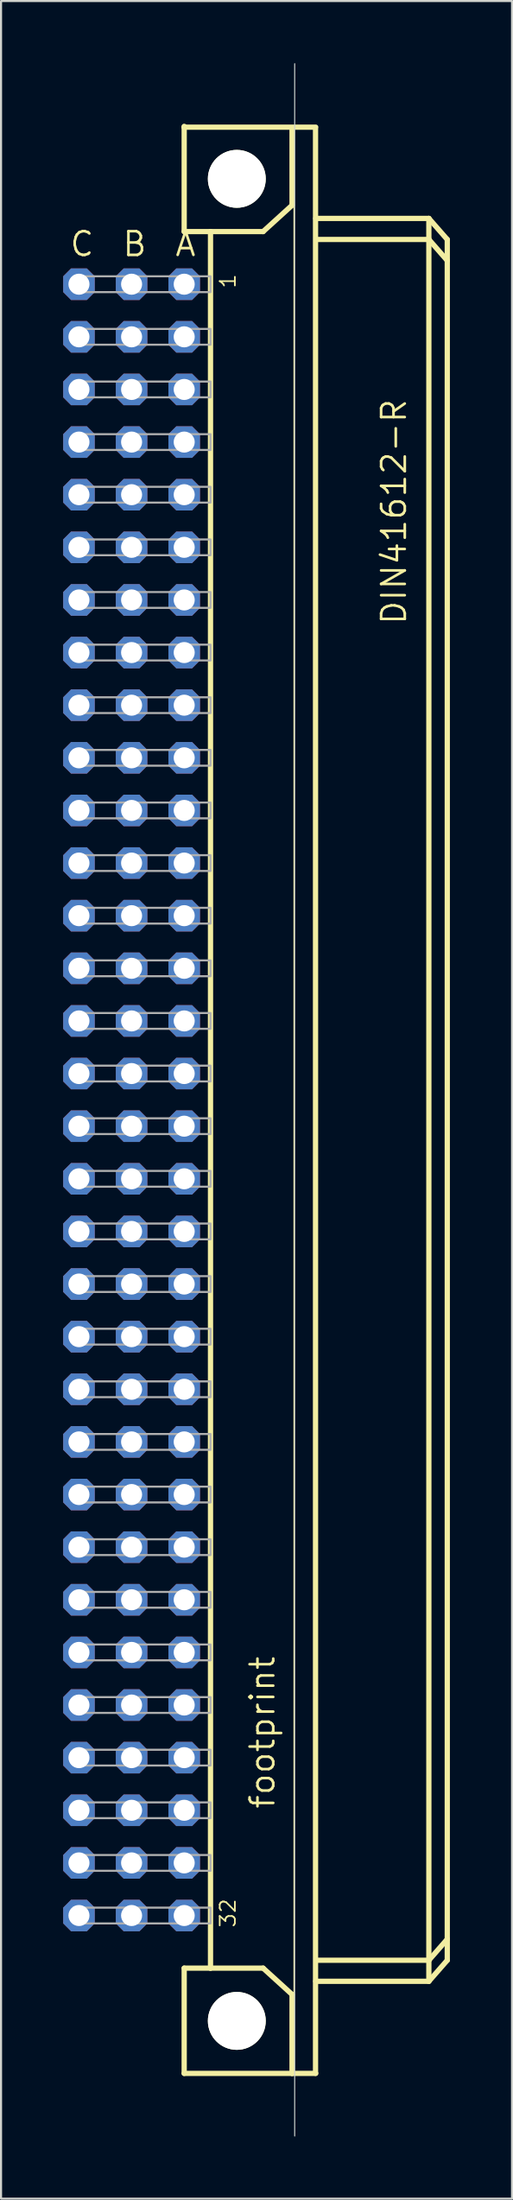
<source format=kicad_pcb>
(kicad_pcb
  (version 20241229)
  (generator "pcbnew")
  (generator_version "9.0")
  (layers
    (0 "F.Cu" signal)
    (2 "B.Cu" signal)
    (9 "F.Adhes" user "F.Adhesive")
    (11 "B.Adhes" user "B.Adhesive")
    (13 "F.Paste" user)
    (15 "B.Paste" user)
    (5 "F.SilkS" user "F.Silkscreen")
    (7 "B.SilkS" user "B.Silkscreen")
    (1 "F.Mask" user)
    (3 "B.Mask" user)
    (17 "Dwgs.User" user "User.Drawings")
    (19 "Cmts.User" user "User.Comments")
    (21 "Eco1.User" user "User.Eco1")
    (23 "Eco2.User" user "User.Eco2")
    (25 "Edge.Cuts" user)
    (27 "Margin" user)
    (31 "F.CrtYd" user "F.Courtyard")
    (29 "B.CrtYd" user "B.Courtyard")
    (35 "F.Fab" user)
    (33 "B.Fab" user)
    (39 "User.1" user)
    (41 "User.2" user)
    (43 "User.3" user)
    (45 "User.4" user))
  (footprint "footprint"
    (layer "F.Cu")
    (at 8.382 50.038)
    (property "Reference" "footprint" (at 1.905 34.29 90) (layer "F.SilkS") (effects (font (size 1.143 1.143) (thickness 0.127)) (justify left bottom)))
    (fp_line (start -2.54 -46.99) (end -2.54 -46.95) (stroke (width 0.254) (type solid)) (layer "F.SilkS"))
    (fp_line (start -2.54 -46.95) (end -2.54 -41.91) (stroke (width 0.254) (type solid)) (layer "F.SilkS"))
    (fp_line (start -2.54 -46.95) (end 3.81 -46.95) (stroke (width 0.254) (type solid)) (layer "F.SilkS"))
    (fp_line (start -2.54 -41.91) (end -1.27 -41.91) (stroke (width 0.254) (type solid)) (layer "F.SilkS"))
    (fp_line (start -2.54 41.91) (end -1.27 41.91) (stroke (width 0.254) (type solid)) (layer "F.SilkS"))
    (fp_line (start -2.54 46.99) (end -2.54 41.91) (stroke (width 0.254) (type solid)) (layer "F.SilkS"))
    (fp_line (start -2.54 46.99) (end 2.667 46.99) (stroke (width 0.254) (type solid)) (layer "F.SilkS"))
    (fp_line (start -1.27 -41.91) (end -1.27 41.91) (stroke (width 0.254) (type solid)) (layer "F.SilkS"))
    (fp_line (start -1.27 -41.91) (end 1.27 -41.91) (stroke (width 0.254) (type solid)) (layer "F.SilkS"))
    (fp_line (start -1.27 41.91) (end 1.27 41.91) (stroke (width 0.254) (type solid)) (layer "F.SilkS"))
    (fp_line (start 1.27 -41.91) (end 2.667 -43.18) (stroke (width 0.254) (type solid)) (layer "F.SilkS"))
    (fp_line (start 1.27 41.91) (end 2.667 43.18) (stroke (width 0.254) (type solid)) (layer "F.SilkS"))
    (fp_line (start 2.667 -43.18) (end 2.667 -46.863) (stroke (width 0.254) (type solid)) (layer "F.SilkS"))
    (fp_line (start 2.667 43.18) (end 2.667 46.99) (stroke (width 0.254) (type solid)) (layer "F.SilkS"))
    (fp_line (start 2.667 46.99) (end 3.81 46.99) (stroke (width 0.254) (type solid)) (layer "F.SilkS"))
    (fp_line (start 2.76 -46.86) (end 2.76 46.987) (stroke (width 0.051) (type solid)) (layer "F.SilkS"))
    (fp_line (start 3.8 46.987) (end 3.8 -46.86) (stroke (width 0.254) (type solid)) (layer "F.SilkS"))
    (fp_line (start 3.81 -42.545) (end 9.271 -42.545) (stroke (width 0.254) (type solid)) (layer "F.SilkS"))
    (fp_line (start 3.937 41.529) (end 9.271 41.529) (stroke (width 0.254) (type solid)) (layer "F.SilkS"))
    (fp_line (start 9.271 -41.529) (end 3.937 -41.529) (stroke (width 0.254) (type solid)) (layer "F.SilkS"))
    (fp_line (start 9.271 -41.529) (end 9.271 -42.545) (stroke (width 0.254) (type solid)) (layer "F.SilkS"))
    (fp_line (start 9.271 41.529) (end 9.271 -41.529) (stroke (width 0.254) (type solid)) (layer "F.SilkS"))
    (fp_line (start 9.271 41.529) (end 10.16 40.513) (stroke (width 0.254) (type solid)) (layer "F.SilkS"))
    (fp_line (start 9.271 42.545) (end 3.81 42.545) (stroke (width 0.254) (type solid)) (layer "F.SilkS"))
    (fp_line (start 9.271 42.545) (end 9.271 41.529) (stroke (width 0.254) (type solid)) (layer "F.SilkS"))
    (fp_line (start 9.271 42.545) (end 10.16 41.529) (stroke (width 0.254) (type solid)) (layer "F.SilkS"))
    (fp_line (start 10.16 -41.529) (end 9.271 -42.545) (stroke (width 0.254) (type solid)) (layer "F.SilkS"))
    (fp_line (start 10.16 -40.513) (end 9.271 -41.529) (stroke (width 0.254) (type solid)) (layer "F.SilkS"))
    (fp_line (start 10.16 -40.513) (end 10.16 -41.529) (stroke (width 0.254) (type solid)) (layer "F.SilkS"))
    (fp_line (start 10.16 40.513) (end 10.16 -40.513) (stroke (width 0.254) (type solid)) (layer "F.SilkS"))
    (fp_line (start 10.16 41.529) (end 10.16 40.513) (stroke (width 0.254) (type solid)) (layer "F.SilkS"))
    (fp_circle (center 0 -44.456) (end 1.27 -44.456) (stroke (width 0.254) (type solid)) (fill no) (layer "F.SilkS"))
    (fp_circle (center 0 44.456) (end 1.27 44.456) (stroke (width 0.254) (type solid)) (fill no) (layer "F.SilkS"))
    (fp_line (start 2.794 50.013) (end 2.794 -50.013) (stroke (width 0.05) (type solid)) (layer "Edge.Cuts"))
    (fp_poly (pts (xy -7.874 -38.989) (xy -1.27 -38.989) (xy -1.27 -39.751) (xy -7.874 -39.751)) (stroke (width 0.1) (type solid)) (fill no) (layer "F.Fab"))
    (fp_poly (pts (xy -7.874 -36.449) (xy -1.27 -36.449) (xy -1.27 -37.211) (xy -7.874 -37.211)) (stroke (width 0.1) (type solid)) (fill no) (layer "F.Fab"))
    (fp_poly (pts (xy -7.874 -33.909) (xy -1.27 -33.909) (xy -1.27 -34.671) (xy -7.874 -34.671)) (stroke (width 0.1) (type solid)) (fill no) (layer "F.Fab"))
    (fp_poly (pts (xy -7.874 -31.369) (xy -1.27 -31.369) (xy -1.27 -32.131) (xy -7.874 -32.131)) (stroke (width 0.1) (type solid)) (fill no) (layer "F.Fab"))
    (fp_poly (pts (xy -7.874 -28.829) (xy -1.27 -28.829) (xy -1.27 -29.591) (xy -7.874 -29.591)) (stroke (width 0.1) (type solid)) (fill no) (layer "F.Fab"))
    (fp_poly (pts (xy -7.874 -26.289) (xy -1.27 -26.289) (xy -1.27 -27.051) (xy -7.874 -27.051)) (stroke (width 0.1) (type solid)) (fill no) (layer "F.Fab"))
    (fp_poly (pts (xy -7.874 -23.749) (xy -1.27 -23.749) (xy -1.27 -24.511) (xy -7.874 -24.511)) (stroke (width 0.1) (type solid)) (fill no) (layer "F.Fab"))
    (fp_poly (pts (xy -7.874 -21.209) (xy -1.27 -21.209) (xy -1.27 -21.971) (xy -7.874 -21.971)) (stroke (width 0.1) (type solid)) (fill no) (layer "F.Fab"))
    (fp_poly (pts (xy -7.874 -18.669) (xy -1.27 -18.669) (xy -1.27 -19.431) (xy -7.874 -19.431)) (stroke (width 0.1) (type solid)) (fill no) (layer "F.Fab"))
    (fp_poly (pts (xy -7.874 -16.129) (xy -1.27 -16.129) (xy -1.27 -16.891) (xy -7.874 -16.891)) (stroke (width 0.1) (type solid)) (fill no) (layer "F.Fab"))
    (fp_poly (pts (xy -7.874 -13.589) (xy -1.27 -13.589) (xy -1.27 -14.351) (xy -7.874 -14.351)) (stroke (width 0.1) (type solid)) (fill no) (layer "F.Fab"))
    (fp_poly (pts (xy -7.874 -11.049) (xy -1.27 -11.049) (xy -1.27 -11.811) (xy -7.874 -11.811)) (stroke (width 0.1) (type solid)) (fill no) (layer "F.Fab"))
    (fp_poly (pts (xy -7.874 -8.509) (xy -1.27 -8.509) (xy -1.27 -9.271) (xy -7.874 -9.271)) (stroke (width 0.1) (type solid)) (fill no) (layer "F.Fab"))
    (fp_poly (pts (xy -7.874 -5.969) (xy -1.27 -5.969) (xy -1.27 -6.731) (xy -7.874 -6.731)) (stroke (width 0.1) (type solid)) (fill no) (layer "F.Fab"))
    (fp_poly (pts (xy -7.874 -3.429) (xy -1.27 -3.429) (xy -1.27 -4.191) (xy -7.874 -4.191)) (stroke (width 0.1) (type solid)) (fill no) (layer "F.Fab"))
    (fp_poly (pts (xy -7.874 -0.889) (xy -1.27 -0.889) (xy -1.27 -1.651) (xy -7.874 -1.651)) (stroke (width 0.1) (type solid)) (fill no) (layer "F.Fab"))
    (fp_poly (pts (xy -7.874 1.651) (xy -1.27 1.651) (xy -1.27 0.889) (xy -7.874 0.889)) (stroke (width 0.1) (type solid)) (fill no) (layer "F.Fab"))
    (fp_poly (pts (xy -7.874 4.191) (xy -1.27 4.191) (xy -1.27 3.429) (xy -7.874 3.429)) (stroke (width 0.1) (type solid)) (fill no) (layer "F.Fab"))
    (fp_poly (pts (xy -7.874 6.731) (xy -1.27 6.731) (xy -1.27 5.969) (xy -7.874 5.969)) (stroke (width 0.1) (type solid)) (fill no) (layer "F.Fab"))
    (fp_poly (pts (xy -7.874 9.271) (xy -1.27 9.271) (xy -1.27 8.509) (xy -7.874 8.509)) (stroke (width 0.1) (type solid)) (fill no) (layer "F.Fab"))
    (fp_poly (pts (xy -7.874 11.811) (xy -1.27 11.811) (xy -1.27 11.049) (xy -7.874 11.049)) (stroke (width 0.1) (type solid)) (fill no) (layer "F.Fab"))
    (fp_poly (pts (xy -7.874 14.351) (xy -1.27 14.351) (xy -1.27 13.589) (xy -7.874 13.589)) (stroke (width 0.1) (type solid)) (fill no) (layer "F.Fab"))
    (fp_poly (pts (xy -7.874 16.891) (xy -1.27 16.891) (xy -1.27 16.129) (xy -7.874 16.129)) (stroke (width 0.1) (type solid)) (fill no) (layer "F.Fab"))
    (fp_poly (pts (xy -7.874 19.431) (xy -1.27 19.431) (xy -1.27 18.669) (xy -7.874 18.669)) (stroke (width 0.1) (type solid)) (fill no) (layer "F.Fab"))
    (fp_poly (pts (xy -7.874 21.971) (xy -1.27 21.971) (xy -1.27 21.209) (xy -7.874 21.209)) (stroke (width 0.1) (type solid)) (fill no) (layer "F.Fab"))
    (fp_poly (pts (xy -7.874 24.511) (xy -1.27 24.511) (xy -1.27 23.749) (xy -7.874 23.749)) (stroke (width 0.1) (type solid)) (fill no) (layer "F.Fab"))
    (fp_poly (pts (xy -7.874 27.051) (xy -1.27 27.051) (xy -1.27 26.289) (xy -7.874 26.289)) (stroke (width 0.1) (type solid)) (fill no) (layer "F.Fab"))
    (fp_poly (pts (xy -7.874 29.591) (xy -1.27 29.591) (xy -1.27 28.829) (xy -7.874 28.829)) (stroke (width 0.1) (type solid)) (fill no) (layer "F.Fab"))
    (fp_poly (pts (xy -7.874 32.131) (xy -1.27 32.131) (xy -1.27 31.369) (xy -7.874 31.369)) (stroke (width 0.1) (type solid)) (fill no) (layer "F.Fab"))
    (fp_poly (pts (xy -7.874 34.671) (xy -1.27 34.671) (xy -1.27 33.909) (xy -7.874 33.909)) (stroke (width 0.1) (type solid)) (fill no) (layer "F.Fab"))
    (fp_poly (pts (xy -7.874 37.211) (xy -1.27 37.211) (xy -1.27 36.449) (xy -7.874 36.449)) (stroke (width 0.1) (type solid)) (fill no) (layer "F.Fab"))
    (fp_poly (pts (xy -7.874 39.751) (xy -1.27 39.751) (xy -1.27 38.989) (xy -7.874 38.989)) (stroke (width 0.1) (type solid)) (fill no) (layer "F.Fab"))
    (fp_text user "B" (at -5.588 -40.64 0) (layer "F.SilkS") (effects (font (size 1.143 1.143) (thickness 0.127)) (justify left bottom)))
    (fp_text user "1" (at 0 -39.116 90) (layer "F.SilkS") (effects (font (size 0.732 0.732) (thickness 0.081)) (justify left bottom)))
    (fp_text user "A" (at -3.048 -40.64 0) (layer "F.SilkS") (effects (font (size 1.143 1.143) (thickness 0.127)) (justify left bottom)))
    (fp_text user "C" (at -8.128 -40.64 0) (layer "F.SilkS") (effects (font (size 1.143 1.143) (thickness 0.127)) (justify left bottom)))
    (fp_text user "32" (at 0 40.005 90) (layer "F.SilkS") (effects (font (size 0.732 0.732) (thickness 0.081)) (justify left bottom)))
    (fp_text user "DIN41612-R" (at 8.255 -22.86 90) (layer "F.SilkS") (effects (font (size 1.143 1.143) (thickness 0.127)) (justify left bottom)))
    (pad "" np_thru_hole circle (at 0 -44.456) (size 2.794 2.794) (drill 2.794) (layers "*.Cu" "*.Mask"))
    (pad "" np_thru_hole circle (at 0 44.456) (size 2.794 2.794) (drill 2.794) (layers "*.Cu" "*.Mask"))
    (pad "A1" thru_hole roundrect (at -2.54 -39.37) (size 1.524 1.524) (drill 1.016) (layers "*.Cu" "*.Mask") (roundrect_rratio 0.25) (chamfer_ratio 0.25) (chamfer top_left top_right bottom_left bottom_right))
    (pad "A2" thru_hole roundrect (at -2.54 -36.83) (size 1.524 1.524) (drill 1.016) (layers "*.Cu" "*.Mask") (roundrect_rratio 0.25) (chamfer_ratio 0.25) (chamfer top_left top_right bottom_left bottom_right))
    (pad "A3" thru_hole roundrect (at -2.54 -34.29) (size 1.524 1.524) (drill 1.016) (layers "*.Cu" "*.Mask") (roundrect_rratio 0.25) (chamfer_ratio 0.25) (chamfer top_left top_right bottom_left bottom_right))
    (pad "A4" thru_hole roundrect (at -2.54 -31.75) (size 1.524 1.524) (drill 1.016) (layers "*.Cu" "*.Mask") (roundrect_rratio 0.25) (chamfer_ratio 0.25) (chamfer top_left top_right bottom_left bottom_right))
    (pad "A5" thru_hole roundrect (at -2.54 -29.21) (size 1.524 1.524) (drill 1.016) (layers "*.Cu" "*.Mask") (roundrect_rratio 0.25) (chamfer_ratio 0.25) (chamfer top_left top_right bottom_left bottom_right))
    (pad "A6" thru_hole roundrect (at -2.54 -26.67) (size 1.524 1.524) (drill 1.016) (layers "*.Cu" "*.Mask") (roundrect_rratio 0.25) (chamfer_ratio 0.25) (chamfer top_left top_right bottom_left bottom_right))
    (pad "A7" thru_hole roundrect (at -2.54 -24.13) (size 1.524 1.524) (drill 1.016) (layers "*.Cu" "*.Mask") (roundrect_rratio 0.25) (chamfer_ratio 0.25) (chamfer top_left top_right bottom_left bottom_right))
    (pad "A8" thru_hole roundrect (at -2.54 -21.59) (size 1.524 1.524) (drill 1.016) (layers "*.Cu" "*.Mask") (roundrect_rratio 0.25) (chamfer_ratio 0.25) (chamfer top_left top_right bottom_left bottom_right))
    (pad "A9" thru_hole roundrect (at -2.54 -19.05) (size 1.524 1.524) (drill 1.016) (layers "*.Cu" "*.Mask") (roundrect_rratio 0.25) (chamfer_ratio 0.25) (chamfer top_left top_right bottom_left bottom_right))
    (pad "A10" thru_hole roundrect (at -2.54 -16.51) (size 1.524 1.524) (drill 1.016) (layers "*.Cu" "*.Mask") (roundrect_rratio 0.25) (chamfer_ratio 0.25) (chamfer top_left top_right bottom_left bottom_right))
    (pad "A11" thru_hole roundrect (at -2.54 -13.97) (size 1.524 1.524) (drill 1.016) (layers "*.Cu" "*.Mask") (roundrect_rratio 0.25) (chamfer_ratio 0.25) (chamfer top_left top_right bottom_left bottom_right))
    (pad "A12" thru_hole roundrect (at -2.54 -11.43) (size 1.524 1.524) (drill 1.016) (layers "*.Cu" "*.Mask") (roundrect_rratio 0.25) (chamfer_ratio 0.25) (chamfer top_left top_right bottom_left bottom_right))
    (pad "A13" thru_hole roundrect (at -2.54 -8.89) (size 1.524 1.524) (drill 1.016) (layers "*.Cu" "*.Mask") (roundrect_rratio 0.25) (chamfer_ratio 0.25) (chamfer top_left top_right bottom_left bottom_right))
    (pad "A14" thru_hole roundrect (at -2.54 -6.35) (size 1.524 1.524) (drill 1.016) (layers "*.Cu" "*.Mask") (roundrect_rratio 0.25) (chamfer_ratio 0.25) (chamfer top_left top_right bottom_left bottom_right))
    (pad "A15" thru_hole roundrect (at -2.54 -3.81) (size 1.524 1.524) (drill 1.016) (layers "*.Cu" "*.Mask") (roundrect_rratio 0.25) (chamfer_ratio 0.25) (chamfer top_left top_right bottom_left bottom_right))
    (pad "A16" thru_hole roundrect (at -2.54 -1.27) (size 1.524 1.524) (drill 1.016) (layers "*.Cu" "*.Mask") (roundrect_rratio 0.25) (chamfer_ratio 0.25) (chamfer top_left top_right bottom_left bottom_right))
    (pad "A17" thru_hole roundrect (at -2.54 1.27) (size 1.524 1.524) (drill 1.016) (layers "*.Cu" "*.Mask") (roundrect_rratio 0.25) (chamfer_ratio 0.25) (chamfer top_left top_right bottom_left bottom_right))
    (pad "A18" thru_hole roundrect (at -2.54 3.81) (size 1.524 1.524) (drill 1.016) (layers "*.Cu" "*.Mask") (roundrect_rratio 0.25) (chamfer_ratio 0.25) (chamfer top_left top_right bottom_left bottom_right))
    (pad "A19" thru_hole roundrect (at -2.54 6.35) (size 1.524 1.524) (drill 1.016) (layers "*.Cu" "*.Mask") (roundrect_rratio 0.25) (chamfer_ratio 0.25) (chamfer top_left top_right bottom_left bottom_right))
    (pad "A20" thru_hole roundrect (at -2.54 8.89) (size 1.524 1.524) (drill 1.016) (layers "*.Cu" "*.Mask") (roundrect_rratio 0.25) (chamfer_ratio 0.25) (chamfer top_left top_right bottom_left bottom_right))
    (pad "A21" thru_hole roundrect (at -2.54 11.43) (size 1.524 1.524) (drill 1.016) (layers "*.Cu" "*.Mask") (roundrect_rratio 0.25) (chamfer_ratio 0.25) (chamfer top_left top_right bottom_left bottom_right))
    (pad "A22" thru_hole roundrect (at -2.54 13.97) (size 1.524 1.524) (drill 1.016) (layers "*.Cu" "*.Mask") (roundrect_rratio 0.25) (chamfer_ratio 0.25) (chamfer top_left top_right bottom_left bottom_right))
    (pad "A23" thru_hole roundrect (at -2.54 16.51) (size 1.524 1.524) (drill 1.016) (layers "*.Cu" "*.Mask") (roundrect_rratio 0.25) (chamfer_ratio 0.25) (chamfer top_left top_right bottom_left bottom_right))
    (pad "A24" thru_hole roundrect (at -2.54 19.05) (size 1.524 1.524) (drill 1.016) (layers "*.Cu" "*.Mask") (roundrect_rratio 0.25) (chamfer_ratio 0.25) (chamfer top_left top_right bottom_left bottom_right))
    (pad "A25" thru_hole roundrect (at -2.54 21.59) (size 1.524 1.524) (drill 1.016) (layers "*.Cu" "*.Mask") (roundrect_rratio 0.25) (chamfer_ratio 0.25) (chamfer top_left top_right bottom_left bottom_right))
    (pad "A26" thru_hole roundrect (at -2.54 24.13) (size 1.524 1.524) (drill 1.016) (layers "*.Cu" "*.Mask") (roundrect_rratio 0.25) (chamfer_ratio 0.25) (chamfer top_left top_right bottom_left bottom_right))
    (pad "A27" thru_hole roundrect (at -2.54 26.67) (size 1.524 1.524) (drill 1.016) (layers "*.Cu" "*.Mask") (roundrect_rratio 0.25) (chamfer_ratio 0.25) (chamfer top_left top_right bottom_left bottom_right))
    (pad "A28" thru_hole roundrect (at -2.54 29.21) (size 1.524 1.524) (drill 1.016) (layers "*.Cu" "*.Mask") (roundrect_rratio 0.25) (chamfer_ratio 0.25) (chamfer top_left top_right bottom_left bottom_right))
    (pad "A29" thru_hole roundrect (at -2.54 31.75) (size 1.524 1.524) (drill 1.016) (layers "*.Cu" "*.Mask") (roundrect_rratio 0.25) (chamfer_ratio 0.25) (chamfer top_left top_right bottom_left bottom_right))
    (pad "A30" thru_hole roundrect (at -2.54 34.29) (size 1.524 1.524) (drill 1.016) (layers "*.Cu" "*.Mask") (roundrect_rratio 0.25) (chamfer_ratio 0.25) (chamfer top_left top_right bottom_left bottom_right))
    (pad "A31" thru_hole roundrect (at -2.54 36.83) (size 1.524 1.524) (drill 1.016) (layers "*.Cu" "*.Mask") (roundrect_rratio 0.25) (chamfer_ratio 0.25) (chamfer top_left top_right bottom_left bottom_right))
    (pad "A32" thru_hole roundrect (at -2.54 39.37) (size 1.524 1.524) (drill 1.016) (layers "*.Cu" "*.Mask") (roundrect_rratio 0.25) (chamfer_ratio 0.25) (chamfer top_left top_right bottom_left bottom_right))
    (pad "B1" thru_hole roundrect (at -5.08 -39.37) (size 1.524 1.524) (drill 1.016) (layers "*.Cu" "*.Mask") (roundrect_rratio 0.25) (chamfer_ratio 0.25) (chamfer top_left top_right bottom_left bottom_right))
    (pad "B2" thru_hole roundrect (at -5.08 -36.83) (size 1.524 1.524) (drill 1.016) (layers "*.Cu" "*.Mask") (roundrect_rratio 0.25) (chamfer_ratio 0.25) (chamfer top_left top_right bottom_left bottom_right))
    (pad "B3" thru_hole roundrect (at -5.08 -34.29) (size 1.524 1.524) (drill 1.016) (layers "*.Cu" "*.Mask") (roundrect_rratio 0.25) (chamfer_ratio 0.25) (chamfer top_left top_right bottom_left bottom_right))
    (pad "B4" thru_hole roundrect (at -5.08 -31.75) (size 1.524 1.524) (drill 1.016) (layers "*.Cu" "*.Mask") (roundrect_rratio 0.25) (chamfer_ratio 0.25) (chamfer top_left top_right bottom_left bottom_right))
    (pad "B5" thru_hole roundrect (at -5.08 -29.21) (size 1.524 1.524) (drill 1.016) (layers "*.Cu" "*.Mask") (roundrect_rratio 0.25) (chamfer_ratio 0.25) (chamfer top_left top_right bottom_left bottom_right))
    (pad "B6" thru_hole roundrect (at -5.08 -26.67) (size 1.524 1.524) (drill 1.016) (layers "*.Cu" "*.Mask") (roundrect_rratio 0.25) (chamfer_ratio 0.25) (chamfer top_left top_right bottom_left bottom_right))
    (pad "B7" thru_hole roundrect (at -5.08 -24.13) (size 1.524 1.524) (drill 1.016) (layers "*.Cu" "*.Mask") (roundrect_rratio 0.25) (chamfer_ratio 0.25) (chamfer top_left top_right bottom_left bottom_right))
    (pad "B8" thru_hole roundrect (at -5.08 -21.59) (size 1.524 1.524) (drill 1.016) (layers "*.Cu" "*.Mask") (roundrect_rratio 0.25) (chamfer_ratio 0.25) (chamfer top_left top_right bottom_left bottom_right))
    (pad "B9" thru_hole roundrect (at -5.08 -19.05) (size 1.524 1.524) (drill 1.016) (layers "*.Cu" "*.Mask") (roundrect_rratio 0.25) (chamfer_ratio 0.25) (chamfer top_left top_right bottom_left bottom_right))
    (pad "B10" thru_hole roundrect (at -5.08 -16.51) (size 1.524 1.524) (drill 1.016) (layers "*.Cu" "*.Mask") (roundrect_rratio 0.25) (chamfer_ratio 0.25) (chamfer top_left top_right bottom_left bottom_right))
    (pad "B11" thru_hole roundrect (at -5.08 -13.97) (size 1.524 1.524) (drill 1.016) (layers "*.Cu" "*.Mask") (roundrect_rratio 0.25) (chamfer_ratio 0.25) (chamfer top_left top_right bottom_left bottom_right))
    (pad "B12" thru_hole roundrect (at -5.08 -11.43) (size 1.524 1.524) (drill 1.016) (layers "*.Cu" "*.Mask") (roundrect_rratio 0.25) (chamfer_ratio 0.25) (chamfer top_left top_right bottom_left bottom_right))
    (pad "B13" thru_hole roundrect (at -5.08 -8.89) (size 1.524 1.524) (drill 1.016) (layers "*.Cu" "*.Mask") (roundrect_rratio 0.25) (chamfer_ratio 0.25) (chamfer top_left top_right bottom_left bottom_right))
    (pad "B14" thru_hole roundrect (at -5.08 -6.35) (size 1.524 1.524) (drill 1.016) (layers "*.Cu" "*.Mask") (roundrect_rratio 0.25) (chamfer_ratio 0.25) (chamfer top_left top_right bottom_left bottom_right))
    (pad "B15" thru_hole roundrect (at -5.08 -3.81) (size 1.524 1.524) (drill 1.016) (layers "*.Cu" "*.Mask") (roundrect_rratio 0.25) (chamfer_ratio 0.25) (chamfer top_left top_right bottom_left bottom_right))
    (pad "B16" thru_hole roundrect (at -5.08 -1.27) (size 1.524 1.524) (drill 1.016) (layers "*.Cu" "*.Mask") (roundrect_rratio 0.25) (chamfer_ratio 0.25) (chamfer top_left top_right bottom_left bottom_right))
    (pad "B17" thru_hole roundrect (at -5.08 1.27) (size 1.524 1.524) (drill 1.016) (layers "*.Cu" "*.Mask") (roundrect_rratio 0.25) (chamfer_ratio 0.25) (chamfer top_left top_right bottom_left bottom_right))
    (pad "B18" thru_hole roundrect (at -5.08 3.81) (size 1.524 1.524) (drill 1.016) (layers "*.Cu" "*.Mask") (roundrect_rratio 0.25) (chamfer_ratio 0.25) (chamfer top_left top_right bottom_left bottom_right))
    (pad "B19" thru_hole roundrect (at -5.08 6.35) (size 1.524 1.524) (drill 1.016) (layers "*.Cu" "*.Mask") (roundrect_rratio 0.25) (chamfer_ratio 0.25) (chamfer top_left top_right bottom_left bottom_right))
    (pad "B20" thru_hole roundrect (at -5.08 8.89) (size 1.524 1.524) (drill 1.016) (layers "*.Cu" "*.Mask") (roundrect_rratio 0.25) (chamfer_ratio 0.25) (chamfer top_left top_right bottom_left bottom_right))
    (pad "B21" thru_hole roundrect (at -5.08 11.43) (size 1.524 1.524) (drill 1.016) (layers "*.Cu" "*.Mask") (roundrect_rratio 0.25) (chamfer_ratio 0.25) (chamfer top_left top_right bottom_left bottom_right))
    (pad "B22" thru_hole roundrect (at -5.08 13.97) (size 1.524 1.524) (drill 1.016) (layers "*.Cu" "*.Mask") (roundrect_rratio 0.25) (chamfer_ratio 0.25) (chamfer top_left top_right bottom_left bottom_right))
    (pad "B23" thru_hole roundrect (at -5.08 16.51) (size 1.524 1.524) (drill 1.016) (layers "*.Cu" "*.Mask") (roundrect_rratio 0.25) (chamfer_ratio 0.25) (chamfer top_left top_right bottom_left bottom_right))
    (pad "B24" thru_hole roundrect (at -5.08 19.05) (size 1.524 1.524) (drill 1.016) (layers "*.Cu" "*.Mask") (roundrect_rratio 0.25) (chamfer_ratio 0.25) (chamfer top_left top_right bottom_left bottom_right))
    (pad "B25" thru_hole roundrect (at -5.08 21.59) (size 1.524 1.524) (drill 1.016) (layers "*.Cu" "*.Mask") (roundrect_rratio 0.25) (chamfer_ratio 0.25) (chamfer top_left top_right bottom_left bottom_right))
    (pad "B26" thru_hole roundrect (at -5.08 24.13) (size 1.524 1.524) (drill 1.016) (layers "*.Cu" "*.Mask") (roundrect_rratio 0.25) (chamfer_ratio 0.25) (chamfer top_left top_right bottom_left bottom_right))
    (pad "B27" thru_hole roundrect (at -5.08 26.67) (size 1.524 1.524) (drill 1.016) (layers "*.Cu" "*.Mask") (roundrect_rratio 0.25) (chamfer_ratio 0.25) (chamfer top_left top_right bottom_left bottom_right))
    (pad "B28" thru_hole roundrect (at -5.08 29.21) (size 1.524 1.524) (drill 1.016) (layers "*.Cu" "*.Mask") (roundrect_rratio 0.25) (chamfer_ratio 0.25) (chamfer top_left top_right bottom_left bottom_right))
    (pad "B29" thru_hole roundrect (at -5.08 31.75) (size 1.524 1.524) (drill 1.016) (layers "*.Cu" "*.Mask") (roundrect_rratio 0.25) (chamfer_ratio 0.25) (chamfer top_left top_right bottom_left bottom_right))
    (pad "B30" thru_hole roundrect (at -5.08 34.29) (size 1.524 1.524) (drill 1.016) (layers "*.Cu" "*.Mask") (roundrect_rratio 0.25) (chamfer_ratio 0.25) (chamfer top_left top_right bottom_left bottom_right))
    (pad "B31" thru_hole roundrect (at -5.08 36.83) (size 1.524 1.524) (drill 1.016) (layers "*.Cu" "*.Mask") (roundrect_rratio 0.25) (chamfer_ratio 0.25) (chamfer top_left top_right bottom_left bottom_right))
    (pad "B32" thru_hole roundrect (at -5.08 39.37) (size 1.524 1.524) (drill 1.016) (layers "*.Cu" "*.Mask") (roundrect_rratio 0.25) (chamfer_ratio 0.25) (chamfer top_left top_right bottom_left bottom_right))
    (pad "C1" thru_hole roundrect (at -7.62 -39.37) (size 1.524 1.524) (drill 1.016) (layers "*.Cu" "*.Mask") (roundrect_rratio 0.25) (chamfer_ratio 0.25) (chamfer top_left top_right bottom_left bottom_right))
    (pad "C2" thru_hole roundrect (at -7.62 -36.83) (size 1.524 1.524) (drill 1.016) (layers "*.Cu" "*.Mask") (roundrect_rratio 0.25) (chamfer_ratio 0.25) (chamfer top_left top_right bottom_left bottom_right))
    (pad "C3" thru_hole roundrect (at -7.62 -34.29) (size 1.524 1.524) (drill 1.016) (layers "*.Cu" "*.Mask") (roundrect_rratio 0.25) (chamfer_ratio 0.25) (chamfer top_left top_right bottom_left bottom_right))
    (pad "C4" thru_hole roundrect (at -7.62 -31.75) (size 1.524 1.524) (drill 1.016) (layers "*.Cu" "*.Mask") (roundrect_rratio 0.25) (chamfer_ratio 0.25) (chamfer top_left top_right bottom_left bottom_right))
    (pad "C5" thru_hole roundrect (at -7.62 -29.21) (size 1.524 1.524) (drill 1.016) (layers "*.Cu" "*.Mask") (roundrect_rratio 0.25) (chamfer_ratio 0.25) (chamfer top_left top_right bottom_left bottom_right))
    (pad "C6" thru_hole roundrect (at -7.62 -26.67) (size 1.524 1.524) (drill 1.016) (layers "*.Cu" "*.Mask") (roundrect_rratio 0.25) (chamfer_ratio 0.25) (chamfer top_left top_right bottom_left bottom_right))
    (pad "C7" thru_hole roundrect (at -7.62 -24.13) (size 1.524 1.524) (drill 1.016) (layers "*.Cu" "*.Mask") (roundrect_rratio 0.25) (chamfer_ratio 0.25) (chamfer top_left top_right bottom_left bottom_right))
    (pad "C8" thru_hole roundrect (at -7.62 -21.59) (size 1.524 1.524) (drill 1.016) (layers "*.Cu" "*.Mask") (roundrect_rratio 0.25) (chamfer_ratio 0.25) (chamfer top_left top_right bottom_left bottom_right))
    (pad "C9" thru_hole roundrect (at -7.62 -19.05) (size 1.524 1.524) (drill 1.016) (layers "*.Cu" "*.Mask") (roundrect_rratio 0.25) (chamfer_ratio 0.25) (chamfer top_left top_right bottom_left bottom_right))
    (pad "C10" thru_hole roundrect (at -7.62 -16.51) (size 1.524 1.524) (drill 1.016) (layers "*.Cu" "*.Mask") (roundrect_rratio 0.25) (chamfer_ratio 0.25) (chamfer top_left top_right bottom_left bottom_right))
    (pad "C11" thru_hole roundrect (at -7.62 -13.97) (size 1.524 1.524) (drill 1.016) (layers "*.Cu" "*.Mask") (roundrect_rratio 0.25) (chamfer_ratio 0.25) (chamfer top_left top_right bottom_left bottom_right))
    (pad "C12" thru_hole roundrect (at -7.62 -11.43) (size 1.524 1.524) (drill 1.016) (layers "*.Cu" "*.Mask") (roundrect_rratio 0.25) (chamfer_ratio 0.25) (chamfer top_left top_right bottom_left bottom_right))
    (pad "C13" thru_hole roundrect (at -7.62 -8.89) (size 1.524 1.524) (drill 1.016) (layers "*.Cu" "*.Mask") (roundrect_rratio 0.25) (chamfer_ratio 0.25) (chamfer top_left top_right bottom_left bottom_right))
    (pad "C14" thru_hole roundrect (at -7.62 -6.35) (size 1.524 1.524) (drill 1.016) (layers "*.Cu" "*.Mask") (roundrect_rratio 0.25) (chamfer_ratio 0.25) (chamfer top_left top_right bottom_left bottom_right))
    (pad "C15" thru_hole roundrect (at -7.62 -3.81) (size 1.524 1.524) (drill 1.016) (layers "*.Cu" "*.Mask") (roundrect_rratio 0.25) (chamfer_ratio 0.25) (chamfer top_left top_right bottom_left bottom_right))
    (pad "C16" thru_hole roundrect (at -7.62 -1.27) (size 1.524 1.524) (drill 1.016) (layers "*.Cu" "*.Mask") (roundrect_rratio 0.25) (chamfer_ratio 0.25) (chamfer top_left top_right bottom_left bottom_right))
    (pad "C17" thru_hole roundrect (at -7.62 1.27) (size 1.524 1.524) (drill 1.016) (layers "*.Cu" "*.Mask") (roundrect_rratio 0.25) (chamfer_ratio 0.25) (chamfer top_left top_right bottom_left bottom_right))
    (pad "C18" thru_hole roundrect (at -7.62 3.81) (size 1.524 1.524) (drill 1.016) (layers "*.Cu" "*.Mask") (roundrect_rratio 0.25) (chamfer_ratio 0.25) (chamfer top_left top_right bottom_left bottom_right))
    (pad "C19" thru_hole roundrect (at -7.62 6.35) (size 1.524 1.524) (drill 1.016) (layers "*.Cu" "*.Mask") (roundrect_rratio 0.25) (chamfer_ratio 0.25) (chamfer top_left top_right bottom_left bottom_right))
    (pad "C20" thru_hole roundrect (at -7.62 8.89) (size 1.524 1.524) (drill 1.016) (layers "*.Cu" "*.Mask") (roundrect_rratio 0.25) (chamfer_ratio 0.25) (chamfer top_left top_right bottom_left bottom_right))
    (pad "C21" thru_hole roundrect (at -7.62 11.43) (size 1.524 1.524) (drill 1.016) (layers "*.Cu" "*.Mask") (roundrect_rratio 0.25) (chamfer_ratio 0.25) (chamfer top_left top_right bottom_left bottom_right))
    (pad "C22" thru_hole roundrect (at -7.62 13.97) (size 1.524 1.524) (drill 1.016) (layers "*.Cu" "*.Mask") (roundrect_rratio 0.25) (chamfer_ratio 0.25) (chamfer top_left top_right bottom_left bottom_right))
    (pad "C23" thru_hole roundrect (at -7.62 16.51) (size 1.524 1.524) (drill 1.016) (layers "*.Cu" "*.Mask") (roundrect_rratio 0.25) (chamfer_ratio 0.25) (chamfer top_left top_right bottom_left bottom_right))
    (pad "C24" thru_hole roundrect (at -7.62 19.05) (size 1.524 1.524) (drill 1.016) (layers "*.Cu" "*.Mask") (roundrect_rratio 0.25) (chamfer_ratio 0.25) (chamfer top_left top_right bottom_left bottom_right))
    (pad "C25" thru_hole roundrect (at -7.62 21.59) (size 1.524 1.524) (drill 1.016) (layers "*.Cu" "*.Mask") (roundrect_rratio 0.25) (chamfer_ratio 0.25) (chamfer top_left top_right bottom_left bottom_right))
    (pad "C26" thru_hole roundrect (at -7.62 24.13) (size 1.524 1.524) (drill 1.016) (layers "*.Cu" "*.Mask") (roundrect_rratio 0.25) (chamfer_ratio 0.25) (chamfer top_left top_right bottom_left bottom_right))
    (pad "C27" thru_hole roundrect (at -7.62 26.67) (size 1.524 1.524) (drill 1.016) (layers "*.Cu" "*.Mask") (roundrect_rratio 0.25) (chamfer_ratio 0.25) (chamfer top_left top_right bottom_left bottom_right))
    (pad "C28" thru_hole roundrect (at -7.62 29.21) (size 1.524 1.524) (drill 1.016) (layers "*.Cu" "*.Mask") (roundrect_rratio 0.25) (chamfer_ratio 0.25) (chamfer top_left top_right bottom_left bottom_right))
    (pad "C29" thru_hole roundrect (at -7.62 31.75) (size 1.524 1.524) (drill 1.016) (layers "*.Cu" "*.Mask") (roundrect_rratio 0.25) (chamfer_ratio 0.25) (chamfer top_left top_right bottom_left bottom_right))
    (pad "C30" thru_hole roundrect (at -7.62 34.29) (size 1.524 1.524) (drill 1.016) (layers "*.Cu" "*.Mask") (roundrect_rratio 0.25) (chamfer_ratio 0.25) (chamfer top_left top_right bottom_left bottom_right))
    (pad "C31" thru_hole roundrect (at -7.62 36.83) (size 1.524 1.524) (drill 1.016) (layers "*.Cu" "*.Mask") (roundrect_rratio 0.25) (chamfer_ratio 0.25) (chamfer top_left top_right bottom_left bottom_right))
    (pad "C32" thru_hole roundrect (at -7.62 39.37) (size 1.524 1.524) (drill 1.016) (layers "*.Cu" "*.Mask") (roundrect_rratio 0.25) (chamfer_ratio 0.25) (chamfer top_left top_right bottom_left bottom_right))
    (zone (net_name "") (layers "F.Cu" "B.Cu") (hatch edge 0.508) (connect_pads) (min_thickness 0.254) (filled_areas_thickness no) (keepout (tracks allowed) (vias not_allowed) (pads allowed) (copperpour allowed) (footprints allowed)) (placement (enabled no)) (fill) (polygon (pts (xy 11.557 5.581) (xy 11.509 5.03) (xy 11.366 4.495) (xy 11.132 3.994) (xy 10.814 3.54) (xy 10.423 3.149) (xy 9.97 2.832) (xy 9.468 2.598) (xy 8.933 2.454) (xy 8.382 2.406) (xy 7.831 2.454) (xy 7.296 2.598) (xy 6.795 2.832) (xy 6.341 3.149) (xy 5.95 3.54) (xy 5.632 3.994) (xy 5.398 4.495) (xy 5.255 5.03) (xy 5.207 5.581) (xy 5.255 6.133) (xy 5.398 6.667) (xy 5.632 7.169) (xy 5.95 7.622) (xy 6.341 8.013) (xy 6.795 8.331) (xy 7.296 8.565) (xy 7.831 8.708) (xy 8.382 8.756) (xy 8.933 8.708) (xy 9.468 8.565) (xy 9.97 8.331) (xy 10.423 8.013) (xy 10.814 7.622) (xy 11.132 7.169) (xy 11.366 6.667) (xy 11.509 6.133))) (polygon (pts (xy 9.779 5.581) (xy 9.758 5.339) (xy 9.695 5.103) (xy 9.592 4.883) (xy 9.452 4.683) (xy 9.28 4.511) (xy 9.081 4.371) (xy 8.86 4.268) (xy 8.625 4.205) (xy 8.382 4.184) (xy 8.139 4.205) (xy 7.904 4.268) (xy 7.684 4.371) (xy 7.484 4.511) (xy 7.312 4.683) (xy 7.172 4.883) (xy 7.069 5.103) (xy 7.006 5.339) (xy 6.985 5.581) (xy 7.006 5.824) (xy 7.069 6.059) (xy 7.172 6.28) (xy 7.312 6.479) (xy 7.484 6.651) (xy 7.684 6.791) (xy 7.904 6.894) (xy 8.139 6.957) (xy 8.382 6.978) (xy 8.625 6.957) (xy 8.86 6.894) (xy 9.081 6.791) (xy 9.28 6.651) (xy 9.452 6.479) (xy 9.592 6.28) (xy 9.695 6.059) (xy 9.758 5.824))))
    (zone (net_name "") (layers "F.Cu" "B.Cu") (hatch edge 0.508) (connect_pads) (min_thickness 0.254) (filled_areas_thickness no) (keepout (tracks allowed) (vias not_allowed) (pads allowed) (copperpour allowed) (footprints allowed)) (placement (enabled no)) (fill) (polygon (pts (xy 11.557 94.494) (xy 11.509 93.943) (xy 11.366 93.408) (xy 11.132 92.906) (xy 10.814 92.453) (xy 10.423 92.062) (xy 9.97 91.744) (xy 9.468 91.51) (xy 8.933 91.367) (xy 8.382 91.319) (xy 7.831 91.367) (xy 7.296 91.51) (xy 6.795 91.744) (xy 6.341 92.062) (xy 5.95 92.453) (xy 5.632 92.906) (xy 5.398 93.408) (xy 5.255 93.943) (xy 5.207 94.494) (xy 5.255 95.045) (xy 5.398 95.58) (xy 5.632 96.082) (xy 5.95 96.535) (xy 6.341 96.926) (xy 6.795 97.244) (xy 7.296 97.478) (xy 7.831 97.621) (xy 8.382 97.669) (xy 8.933 97.621) (xy 9.468 97.478) (xy 9.97 97.244) (xy 10.423 96.926) (xy 10.814 96.535) (xy 11.132 96.082) (xy 11.366 95.58) (xy 11.509 95.045))) (polygon (pts (xy 9.779 94.494) (xy 9.758 94.251) (xy 9.695 94.016) (xy 9.592 93.796) (xy 9.452 93.596) (xy 9.28 93.424) (xy 9.081 93.284) (xy 8.86 93.181) (xy 8.625 93.118) (xy 8.382 93.097) (xy 8.139 93.118) (xy 7.904 93.181) (xy 7.684 93.284) (xy 7.484 93.424) (xy 7.312 93.596) (xy 7.172 93.796) (xy 7.069 94.016) (xy 7.006 94.251) (xy 6.985 94.494) (xy 7.006 94.737) (xy 7.069 94.972) (xy 7.172 95.192) (xy 7.312 95.392) (xy 7.484 95.564) (xy 7.684 95.704) (xy 7.904 95.807) (xy 8.139 95.87) (xy 8.382 95.891) (xy 8.625 95.87) (xy 8.86 95.807) (xy 9.081 95.704) (xy 9.28 95.564) (xy 9.452 95.392) (xy 9.592 95.192) (xy 9.695 94.972) (xy 9.758 94.737))))
    (zone (net_name "") (layer "B.Cu") (hatch edge 0.508) (connect_pads) (min_thickness 0.254) (filled_areas_thickness no) (keepout (tracks not_allowed) (vias not_allowed) (pads not_allowed) (copperpour not_allowed) (footprints allowed)) (placement (enabled no)) (fill) (polygon (pts (xy 11.557 5.581) (xy 11.509 5.03) (xy 11.366 4.495) (xy 11.132 3.994) (xy 10.814 3.54) (xy 10.423 3.149) (xy 9.97 2.832) (xy 9.468 2.598) (xy 8.933 2.454) (xy 8.382 2.406) (xy 7.831 2.454) (xy 7.296 2.598) (xy 6.795 2.832) (xy 6.341 3.149) (xy 5.95 3.54) (xy 5.632 3.994) (xy 5.398 4.495) (xy 5.255 5.03) (xy 5.207 5.581) (xy 5.255 6.133) (xy 5.398 6.667) (xy 5.632 7.169) (xy 5.95 7.622) (xy 6.341 8.013) (xy 6.795 8.331) (xy 7.296 8.565) (xy 7.831 8.708) (xy 8.382 8.756) (xy 8.933 8.708) (xy 9.468 8.565) (xy 9.97 8.331) (xy 10.423 8.013) (xy 10.814 7.622) (xy 11.132 7.169) (xy 11.366 6.667) (xy 11.509 6.133))) (polygon (pts (xy 9.779 5.581) (xy 9.758 5.339) (xy 9.695 5.103) (xy 9.592 4.883) (xy 9.452 4.683) (xy 9.28 4.511) (xy 9.081 4.371) (xy 8.86 4.268) (xy 8.625 4.205) (xy 8.382 4.184) (xy 8.139 4.205) (xy 7.904 4.268) (xy 7.684 4.371) (xy 7.484 4.511) (xy 7.312 4.683) (xy 7.172 4.883) (xy 7.069 5.103) (xy 7.006 5.339) (xy 6.985 5.581) (xy 7.006 5.824) (xy 7.069 6.059) (xy 7.172 6.28) (xy 7.312 6.479) (xy 7.484 6.651) (xy 7.684 6.791) (xy 7.904 6.894) (xy 8.139 6.957) (xy 8.382 6.978) (xy 8.625 6.957) (xy 8.86 6.894) (xy 9.081 6.791) (xy 9.28 6.651) (xy 9.452 6.479) (xy 9.592 6.28) (xy 9.695 6.059) (xy 9.758 5.824))))
    (zone (net_name "") (layer "B.Cu") (hatch edge 0.508) (connect_pads) (min_thickness 0.254) (filled_areas_thickness no) (keepout (tracks not_allowed) (vias not_allowed) (pads not_allowed) (copperpour not_allowed) (footprints allowed)) (placement (enabled no)) (fill) (polygon (pts (xy 11.557 94.494) (xy 11.509 93.943) (xy 11.366 93.408) (xy 11.132 92.906) (xy 10.814 92.453) (xy 10.423 92.062) (xy 9.97 91.744) (xy 9.468 91.51) (xy 8.933 91.367) (xy 8.382 91.319) (xy 7.831 91.367) (xy 7.296 91.51) (xy 6.795 91.744) (xy 6.341 92.062) (xy 5.95 92.453) (xy 5.632 92.906) (xy 5.398 93.408) (xy 5.255 93.943) (xy 5.207 94.494) (xy 5.255 95.045) (xy 5.398 95.58) (xy 5.632 96.082) (xy 5.95 96.535) (xy 6.341 96.926) (xy 6.795 97.244) (xy 7.296 97.478) (xy 7.831 97.621) (xy 8.382 97.669) (xy 8.933 97.621) (xy 9.468 97.478) (xy 9.97 97.244) (xy 10.423 96.926) (xy 10.814 96.535) (xy 11.132 96.082) (xy 11.366 95.58) (xy 11.509 95.045))) (polygon (pts (xy 9.779 94.494) (xy 9.758 94.251) (xy 9.695 94.016) (xy 9.592 93.796) (xy 9.452 93.596) (xy 9.28 93.424) (xy 9.081 93.284) (xy 8.86 93.181) (xy 8.625 93.118) (xy 8.382 93.097) (xy 8.139 93.118) (xy 7.904 93.181) (xy 7.684 93.284) (xy 7.484 93.424) (xy 7.312 93.596) (xy 7.172 93.796) (xy 7.069 94.016) (xy 7.006 94.251) (xy 6.985 94.494) (xy 7.006 94.737) (xy 7.069 94.972) (xy 7.172 95.192) (xy 7.312 95.392) (xy 7.484 95.564) (xy 7.684 95.704) (xy 7.904 95.807) (xy 8.139 95.87) (xy 8.382 95.891) (xy 8.625 95.87) (xy 8.86 95.807) (xy 9.081 95.704) (xy 9.28 95.564) (xy 9.452 95.392) (xy 9.592 95.192) (xy 9.695 94.972) (xy 9.758 94.737)))))
  (gr_rect
    (start -3 -3)
    (end 21.669 103.075)
    (stroke (width 0.1) (type default))
    (fill no)
    (layer "Edge.Cuts")))
</source>
